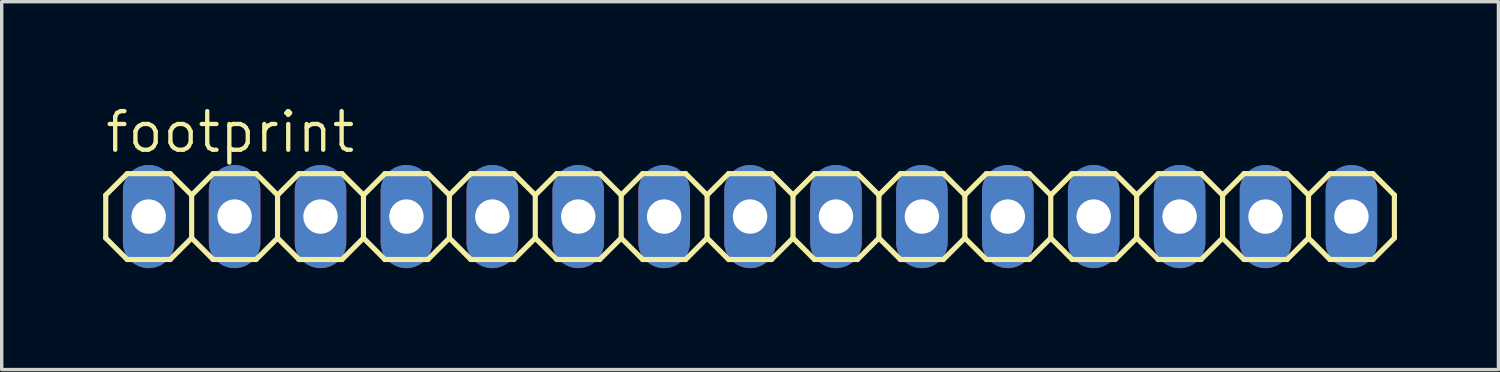
<source format=kicad_pcb>
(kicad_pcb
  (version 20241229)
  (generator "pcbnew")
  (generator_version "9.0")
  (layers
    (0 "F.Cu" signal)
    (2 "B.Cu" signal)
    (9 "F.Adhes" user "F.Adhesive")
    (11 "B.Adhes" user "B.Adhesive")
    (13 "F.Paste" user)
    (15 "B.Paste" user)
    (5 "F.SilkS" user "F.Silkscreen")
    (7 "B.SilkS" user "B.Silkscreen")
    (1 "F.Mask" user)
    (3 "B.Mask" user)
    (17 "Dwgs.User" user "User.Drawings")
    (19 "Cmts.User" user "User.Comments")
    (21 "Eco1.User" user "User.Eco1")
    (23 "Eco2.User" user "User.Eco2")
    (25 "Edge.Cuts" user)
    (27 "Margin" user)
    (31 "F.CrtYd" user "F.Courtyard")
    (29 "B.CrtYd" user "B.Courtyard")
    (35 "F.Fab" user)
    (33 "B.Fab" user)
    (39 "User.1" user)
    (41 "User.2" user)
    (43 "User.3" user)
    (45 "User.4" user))
  (footprint "footprint"
    (layer "F.Cu")
    (at 19.126 3.353)
    (property "Reference" "footprint" (at -19.126 -1.829 0) (layer "F.SilkS") (effects (font (size 1.143 1.143) (thickness 0.127)) (justify left bottom)))
    (fp_line (start -19.05 -0.635) (end -19.05 0.635) (stroke (width 0.152) (type solid)) (layer "F.SilkS"))
    (fp_line (start -19.05 0.635) (end -18.415 1.27) (stroke (width 0.152) (type solid)) (layer "F.SilkS"))
    (fp_line (start -18.415 -1.27) (end -19.05 -0.635) (stroke (width 0.152) (type solid)) (layer "F.SilkS"))
    (fp_line (start -18.415 -1.27) (end -17.145 -1.27) (stroke (width 0.152) (type solid)) (layer "F.SilkS"))
    (fp_line (start -17.145 -1.27) (end -16.51 -0.635) (stroke (width 0.152) (type solid)) (layer "F.SilkS"))
    (fp_line (start -17.145 1.27) (end -18.415 1.27) (stroke (width 0.152) (type solid)) (layer "F.SilkS"))
    (fp_line (start -16.51 -0.635) (end -16.51 0.635) (stroke (width 0.152) (type solid)) (layer "F.SilkS"))
    (fp_line (start -16.51 -0.635) (end -15.875 -1.27) (stroke (width 0.152) (type solid)) (layer "F.SilkS"))
    (fp_line (start -16.51 0.635) (end -17.145 1.27) (stroke (width 0.152) (type solid)) (layer "F.SilkS"))
    (fp_line (start -15.875 -1.27) (end -14.605 -1.27) (stroke (width 0.152) (type solid)) (layer "F.SilkS"))
    (fp_line (start -15.875 1.27) (end -16.51 0.635) (stroke (width 0.152) (type solid)) (layer "F.SilkS"))
    (fp_line (start -14.605 -1.27) (end -13.97 -0.635) (stroke (width 0.152) (type solid)) (layer "F.SilkS"))
    (fp_line (start -14.605 1.27) (end -15.875 1.27) (stroke (width 0.152) (type solid)) (layer "F.SilkS"))
    (fp_line (start -13.97 -0.635) (end -13.97 0.635) (stroke (width 0.152) (type solid)) (layer "F.SilkS"))
    (fp_line (start -13.97 -0.635) (end -13.335 -1.27) (stroke (width 0.152) (type solid)) (layer "F.SilkS"))
    (fp_line (start -13.97 0.635) (end -14.605 1.27) (stroke (width 0.152) (type solid)) (layer "F.SilkS"))
    (fp_line (start -13.335 -1.27) (end -12.065 -1.27) (stroke (width 0.152) (type solid)) (layer "F.SilkS"))
    (fp_line (start -13.335 1.27) (end -13.97 0.635) (stroke (width 0.152) (type solid)) (layer "F.SilkS"))
    (fp_line (start -12.065 -1.27) (end -11.43 -0.635) (stroke (width 0.152) (type solid)) (layer "F.SilkS"))
    (fp_line (start -12.065 1.27) (end -13.335 1.27) (stroke (width 0.152) (type solid)) (layer "F.SilkS"))
    (fp_line (start -11.43 -0.635) (end -11.43 0.635) (stroke (width 0.152) (type solid)) (layer "F.SilkS"))
    (fp_line (start -11.43 0.635) (end -12.065 1.27) (stroke (width 0.152) (type solid)) (layer "F.SilkS"))
    (fp_line (start -11.43 0.635) (end -10.795 1.27) (stroke (width 0.152) (type solid)) (layer "F.SilkS"))
    (fp_line (start -10.795 -1.27) (end -11.43 -0.635) (stroke (width 0.152) (type solid)) (layer "F.SilkS"))
    (fp_line (start -10.795 -1.27) (end -9.525 -1.27) (stroke (width 0.152) (type solid)) (layer "F.SilkS"))
    (fp_line (start -9.525 -1.27) (end -8.89 -0.635) (stroke (width 0.152) (type solid)) (layer "F.SilkS"))
    (fp_line (start -9.525 1.27) (end -10.795 1.27) (stroke (width 0.152) (type solid)) (layer "F.SilkS"))
    (fp_line (start -8.89 -0.635) (end -8.89 0.635) (stroke (width 0.152) (type solid)) (layer "F.SilkS"))
    (fp_line (start -8.89 -0.635) (end -8.255 -1.27) (stroke (width 0.152) (type solid)) (layer "F.SilkS"))
    (fp_line (start -8.89 0.635) (end -9.525 1.27) (stroke (width 0.152) (type solid)) (layer "F.SilkS"))
    (fp_line (start -8.255 -1.27) (end -6.985 -1.27) (stroke (width 0.152) (type solid)) (layer "F.SilkS"))
    (fp_line (start -8.255 1.27) (end -8.89 0.635) (stroke (width 0.152) (type solid)) (layer "F.SilkS"))
    (fp_line (start -6.985 -1.27) (end -6.35 -0.635) (stroke (width 0.152) (type solid)) (layer "F.SilkS"))
    (fp_line (start -6.985 1.27) (end -8.255 1.27) (stroke (width 0.152) (type solid)) (layer "F.SilkS"))
    (fp_line (start -6.35 -0.635) (end -6.35 0.635) (stroke (width 0.152) (type solid)) (layer "F.SilkS"))
    (fp_line (start -6.35 -0.635) (end -5.715 -1.27) (stroke (width 0.152) (type solid)) (layer "F.SilkS"))
    (fp_line (start -6.35 0.635) (end -6.985 1.27) (stroke (width 0.152) (type solid)) (layer "F.SilkS"))
    (fp_line (start -5.715 -1.27) (end -4.445 -1.27) (stroke (width 0.152) (type solid)) (layer "F.SilkS"))
    (fp_line (start -5.715 1.27) (end -6.35 0.635) (stroke (width 0.152) (type solid)) (layer "F.SilkS"))
    (fp_line (start -4.445 -1.27) (end -3.81 -0.635) (stroke (width 0.152) (type solid)) (layer "F.SilkS"))
    (fp_line (start -4.445 1.27) (end -5.715 1.27) (stroke (width 0.152) (type solid)) (layer "F.SilkS"))
    (fp_line (start -3.81 -0.635) (end -3.81 0.635) (stroke (width 0.152) (type solid)) (layer "F.SilkS"))
    (fp_line (start -3.81 0.635) (end -4.445 1.27) (stroke (width 0.152) (type solid)) (layer "F.SilkS"))
    (fp_line (start -3.81 0.635) (end -3.175 1.27) (stroke (width 0.152) (type solid)) (layer "F.SilkS"))
    (fp_line (start -3.175 -1.27) (end -3.81 -0.635) (stroke (width 0.152) (type solid)) (layer "F.SilkS"))
    (fp_line (start -3.175 -1.27) (end -1.905 -1.27) (stroke (width 0.152) (type solid)) (layer "F.SilkS"))
    (fp_line (start -1.905 -1.27) (end -1.27 -0.635) (stroke (width 0.152) (type solid)) (layer "F.SilkS"))
    (fp_line (start -1.905 1.27) (end -3.175 1.27) (stroke (width 0.152) (type solid)) (layer "F.SilkS"))
    (fp_line (start -1.27 -0.635) (end -1.27 0.635) (stroke (width 0.152) (type solid)) (layer "F.SilkS"))
    (fp_line (start -1.27 -0.635) (end -0.635 -1.27) (stroke (width 0.152) (type solid)) (layer "F.SilkS"))
    (fp_line (start -1.27 0.635) (end -1.905 1.27) (stroke (width 0.152) (type solid)) (layer "F.SilkS"))
    (fp_line (start -0.635 -1.27) (end 0.635 -1.27) (stroke (width 0.152) (type solid)) (layer "F.SilkS"))
    (fp_line (start -0.635 1.27) (end -1.27 0.635) (stroke (width 0.152) (type solid)) (layer "F.SilkS"))
    (fp_line (start 0.635 -1.27) (end 1.27 -0.635) (stroke (width 0.152) (type solid)) (layer "F.SilkS"))
    (fp_line (start 0.635 1.27) (end -0.635 1.27) (stroke (width 0.152) (type solid)) (layer "F.SilkS"))
    (fp_line (start 1.27 -0.635) (end 1.27 0.635) (stroke (width 0.152) (type solid)) (layer "F.SilkS"))
    (fp_line (start 1.27 -0.635) (end 1.905 -1.27) (stroke (width 0.152) (type solid)) (layer "F.SilkS"))
    (fp_line (start 1.27 0.635) (end 0.635 1.27) (stroke (width 0.152) (type solid)) (layer "F.SilkS"))
    (fp_line (start 1.905 -1.27) (end 3.175 -1.27) (stroke (width 0.152) (type solid)) (layer "F.SilkS"))
    (fp_line (start 1.905 1.27) (end 1.27 0.635) (stroke (width 0.152) (type solid)) (layer "F.SilkS"))
    (fp_line (start 3.175 -1.27) (end 3.81 -0.635) (stroke (width 0.152) (type solid)) (layer "F.SilkS"))
    (fp_line (start 3.175 1.27) (end 1.905 1.27) (stroke (width 0.152) (type solid)) (layer "F.SilkS"))
    (fp_line (start 3.81 -0.635) (end 3.81 0.635) (stroke (width 0.152) (type solid)) (layer "F.SilkS"))
    (fp_line (start 3.81 0.635) (end 3.175 1.27) (stroke (width 0.152) (type solid)) (layer "F.SilkS"))
    (fp_line (start 3.81 0.635) (end 4.445 1.27) (stroke (width 0.152) (type solid)) (layer "F.SilkS"))
    (fp_line (start 4.445 -1.27) (end 3.81 -0.635) (stroke (width 0.152) (type solid)) (layer "F.SilkS"))
    (fp_line (start 4.445 -1.27) (end 5.715 -1.27) (stroke (width 0.152) (type solid)) (layer "F.SilkS"))
    (fp_line (start 5.715 -1.27) (end 6.35 -0.635) (stroke (width 0.152) (type solid)) (layer "F.SilkS"))
    (fp_line (start 5.715 1.27) (end 4.445 1.27) (stroke (width 0.152) (type solid)) (layer "F.SilkS"))
    (fp_line (start 6.35 -0.635) (end 6.35 0.635) (stroke (width 0.152) (type solid)) (layer "F.SilkS"))
    (fp_line (start 6.35 -0.635) (end 6.985 -1.27) (stroke (width 0.152) (type solid)) (layer "F.SilkS"))
    (fp_line (start 6.35 0.635) (end 5.715 1.27) (stroke (width 0.152) (type solid)) (layer "F.SilkS"))
    (fp_line (start 6.985 -1.27) (end 8.255 -1.27) (stroke (width 0.152) (type solid)) (layer "F.SilkS"))
    (fp_line (start 6.985 1.27) (end 6.35 0.635) (stroke (width 0.152) (type solid)) (layer "F.SilkS"))
    (fp_line (start 8.255 -1.27) (end 8.89 -0.635) (stroke (width 0.152) (type solid)) (layer "F.SilkS"))
    (fp_line (start 8.255 1.27) (end 6.985 1.27) (stroke (width 0.152) (type solid)) (layer "F.SilkS"))
    (fp_line (start 8.89 -0.635) (end 8.89 0.635) (stroke (width 0.152) (type solid)) (layer "F.SilkS"))
    (fp_line (start 8.89 -0.635) (end 9.525 -1.27) (stroke (width 0.152) (type solid)) (layer "F.SilkS"))
    (fp_line (start 8.89 0.635) (end 8.255 1.27) (stroke (width 0.152) (type solid)) (layer "F.SilkS"))
    (fp_line (start 9.525 -1.27) (end 10.795 -1.27) (stroke (width 0.152) (type solid)) (layer "F.SilkS"))
    (fp_line (start 9.525 1.27) (end 8.89 0.635) (stroke (width 0.152) (type solid)) (layer "F.SilkS"))
    (fp_line (start 10.795 -1.27) (end 11.43 -0.635) (stroke (width 0.152) (type solid)) (layer "F.SilkS"))
    (fp_line (start 10.795 1.27) (end 9.525 1.27) (stroke (width 0.152) (type solid)) (layer "F.SilkS"))
    (fp_line (start 11.43 -0.635) (end 11.43 0.635) (stroke (width 0.152) (type solid)) (layer "F.SilkS"))
    (fp_line (start 11.43 0.635) (end 10.795 1.27) (stroke (width 0.152) (type solid)) (layer "F.SilkS"))
    (fp_line (start 11.43 0.635) (end 12.065 1.27) (stroke (width 0.152) (type solid)) (layer "F.SilkS"))
    (fp_line (start 12.065 -1.27) (end 11.43 -0.635) (stroke (width 0.152) (type solid)) (layer "F.SilkS"))
    (fp_line (start 12.065 -1.27) (end 13.335 -1.27) (stroke (width 0.152) (type solid)) (layer "F.SilkS"))
    (fp_line (start 13.335 -1.27) (end 13.97 -0.635) (stroke (width 0.152) (type solid)) (layer "F.SilkS"))
    (fp_line (start 13.335 1.27) (end 12.065 1.27) (stroke (width 0.152) (type solid)) (layer "F.SilkS"))
    (fp_line (start 13.97 -0.635) (end 13.97 0.635) (stroke (width 0.152) (type solid)) (layer "F.SilkS"))
    (fp_line (start 13.97 -0.635) (end 14.605 -1.27) (stroke (width 0.152) (type solid)) (layer "F.SilkS"))
    (fp_line (start 13.97 0.635) (end 13.335 1.27) (stroke (width 0.152) (type solid)) (layer "F.SilkS"))
    (fp_line (start 14.605 -1.27) (end 15.875 -1.27) (stroke (width 0.152) (type solid)) (layer "F.SilkS"))
    (fp_line (start 14.605 1.27) (end 13.97 0.635) (stroke (width 0.152) (type solid)) (layer "F.SilkS"))
    (fp_line (start 15.875 -1.27) (end 16.51 -0.635) (stroke (width 0.152) (type solid)) (layer "F.SilkS"))
    (fp_line (start 15.875 1.27) (end 14.605 1.27) (stroke (width 0.152) (type solid)) (layer "F.SilkS"))
    (fp_line (start 16.51 -0.635) (end 16.51 0.635) (stroke (width 0.152) (type solid)) (layer "F.SilkS"))
    (fp_line (start 16.51 -0.635) (end 17.145 -1.27) (stroke (width 0.152) (type solid)) (layer "F.SilkS"))
    (fp_line (start 16.51 0.635) (end 15.875 1.27) (stroke (width 0.152) (type solid)) (layer "F.SilkS"))
    (fp_line (start 17.145 -1.27) (end 18.415 -1.27) (stroke (width 0.152) (type solid)) (layer "F.SilkS"))
    (fp_line (start 17.145 1.27) (end 16.51 0.635) (stroke (width 0.152) (type solid)) (layer "F.SilkS"))
    (fp_line (start 18.415 -1.27) (end 19.05 -0.635) (stroke (width 0.152) (type solid)) (layer "F.SilkS"))
    (fp_line (start 18.415 1.27) (end 17.145 1.27) (stroke (width 0.152) (type solid)) (layer "F.SilkS"))
    (fp_line (start 19.05 -0.635) (end 19.05 0.635) (stroke (width 0.152) (type solid)) (layer "F.SilkS"))
    (fp_line (start 19.05 0.635) (end 18.415 1.27) (stroke (width 0.152) (type solid)) (layer "F.SilkS"))
    (fp_poly (pts (xy -18.034 0.254) (xy -17.526 0.254) (xy -17.526 -0.254) (xy -18.034 -0.254)) (stroke (width 0.1) (type solid)) (fill no) (layer "F.Fab"))
    (fp_poly (pts (xy -15.494 0.254) (xy -14.986 0.254) (xy -14.986 -0.254) (xy -15.494 -0.254)) (stroke (width 0.1) (type solid)) (fill no) (layer "F.Fab"))
    (fp_poly (pts (xy -12.954 0.254) (xy -12.446 0.254) (xy -12.446 -0.254) (xy -12.954 -0.254)) (stroke (width 0.1) (type solid)) (fill no) (layer "F.Fab"))
    (fp_poly (pts (xy -10.414 0.254) (xy -9.906 0.254) (xy -9.906 -0.254) (xy -10.414 -0.254)) (stroke (width 0.1) (type solid)) (fill no) (layer "F.Fab"))
    (fp_poly (pts (xy -7.874 0.254) (xy -7.366 0.254) (xy -7.366 -0.254) (xy -7.874 -0.254)) (stroke (width 0.1) (type solid)) (fill no) (layer "F.Fab"))
    (fp_poly (pts (xy -5.334 0.254) (xy -4.826 0.254) (xy -4.826 -0.254) (xy -5.334 -0.254)) (stroke (width 0.1) (type solid)) (fill no) (layer "F.Fab"))
    (fp_poly (pts (xy -2.794 0.254) (xy -2.286 0.254) (xy -2.286 -0.254) (xy -2.794 -0.254)) (stroke (width 0.1) (type solid)) (fill no) (layer "F.Fab"))
    (fp_poly (pts (xy -0.254 0.254) (xy 0.254 0.254) (xy 0.254 -0.254) (xy -0.254 -0.254)) (stroke (width 0.1) (type solid)) (fill no) (layer "F.Fab"))
    (fp_poly (pts (xy 2.286 0.254) (xy 2.794 0.254) (xy 2.794 -0.254) (xy 2.286 -0.254)) (stroke (width 0.1) (type solid)) (fill no) (layer "F.Fab"))
    (fp_poly (pts (xy 4.826 0.254) (xy 5.334 0.254) (xy 5.334 -0.254) (xy 4.826 -0.254)) (stroke (width 0.1) (type solid)) (fill no) (layer "F.Fab"))
    (fp_poly (pts (xy 7.366 0.254) (xy 7.874 0.254) (xy 7.874 -0.254) (xy 7.366 -0.254)) (stroke (width 0.1) (type solid)) (fill no) (layer "F.Fab"))
    (fp_poly (pts (xy 9.906 0.254) (xy 10.414 0.254) (xy 10.414 -0.254) (xy 9.906 -0.254)) (stroke (width 0.1) (type solid)) (fill no) (layer "F.Fab"))
    (fp_poly (pts (xy 12.446 0.254) (xy 12.954 0.254) (xy 12.954 -0.254) (xy 12.446 -0.254)) (stroke (width 0.1) (type solid)) (fill no) (layer "F.Fab"))
    (fp_poly (pts (xy 14.986 0.254) (xy 15.494 0.254) (xy 15.494 -0.254) (xy 14.986 -0.254)) (stroke (width 0.1) (type solid)) (fill no) (layer "F.Fab"))
    (fp_poly (pts (xy 17.526 0.254) (xy 18.034 0.254) (xy 18.034 -0.254) (xy 17.526 -0.254)) (stroke (width 0.1) (type solid)) (fill no) (layer "F.Fab"))
    (pad "1" thru_hole oval (at -17.78 0 90) (size 3.048 1.524) (drill 1.016) (layers "*.Cu" "*.Mask"))
    (pad "2" thru_hole oval (at -15.24 0 90) (size 3.048 1.524) (drill 1.016) (layers "*.Cu" "*.Mask"))
    (pad "3" thru_hole oval (at -12.7 0 90) (size 3.048 1.524) (drill 1.016) (layers "*.Cu" "*.Mask"))
    (pad "4" thru_hole oval (at -10.16 0 90) (size 3.048 1.524) (drill 1.016) (layers "*.Cu" "*.Mask"))
    (pad "5" thru_hole oval (at -7.62 0 90) (size 3.048 1.524) (drill 1.016) (layers "*.Cu" "*.Mask"))
    (pad "6" thru_hole oval (at -5.08 0 90) (size 3.048 1.524) (drill 1.016) (layers "*.Cu" "*.Mask"))
    (pad "7" thru_hole oval (at -2.54 0 90) (size 3.048 1.524) (drill 1.016) (layers "*.Cu" "*.Mask"))
    (pad "8" thru_hole oval (at 0 0 90) (size 3.048 1.524) (drill 1.016) (layers "*.Cu" "*.Mask"))
    (pad "9" thru_hole oval (at 2.54 0 90) (size 3.048 1.524) (drill 1.016) (layers "*.Cu" "*.Mask"))
    (pad "10" thru_hole oval (at 5.08 0 90) (size 3.048 1.524) (drill 1.016) (layers "*.Cu" "*.Mask"))
    (pad "11" thru_hole oval (at 7.62 0 90) (size 3.048 1.524) (drill 1.016) (layers "*.Cu" "*.Mask"))
    (pad "12" thru_hole oval (at 10.16 0 90) (size 3.048 1.524) (drill 1.016) (layers "*.Cu" "*.Mask"))
    (pad "13" thru_hole oval (at 12.7 0 90) (size 3.048 1.524) (drill 1.016) (layers "*.Cu" "*.Mask"))
    (pad "14" thru_hole oval (at 15.24 0 90) (size 3.048 1.524) (drill 1.016) (layers "*.Cu" "*.Mask"))
    (pad "15" thru_hole oval (at 17.78 0 90) (size 3.048 1.524) (drill 1.016) (layers "*.Cu" "*.Mask")))
  (gr_rect
    (start -3 -3)
    (end 41.252 7.877)
    (stroke (width 0.1) (type default))
    (fill no)
    (layer "Edge.Cuts")))
</source>
